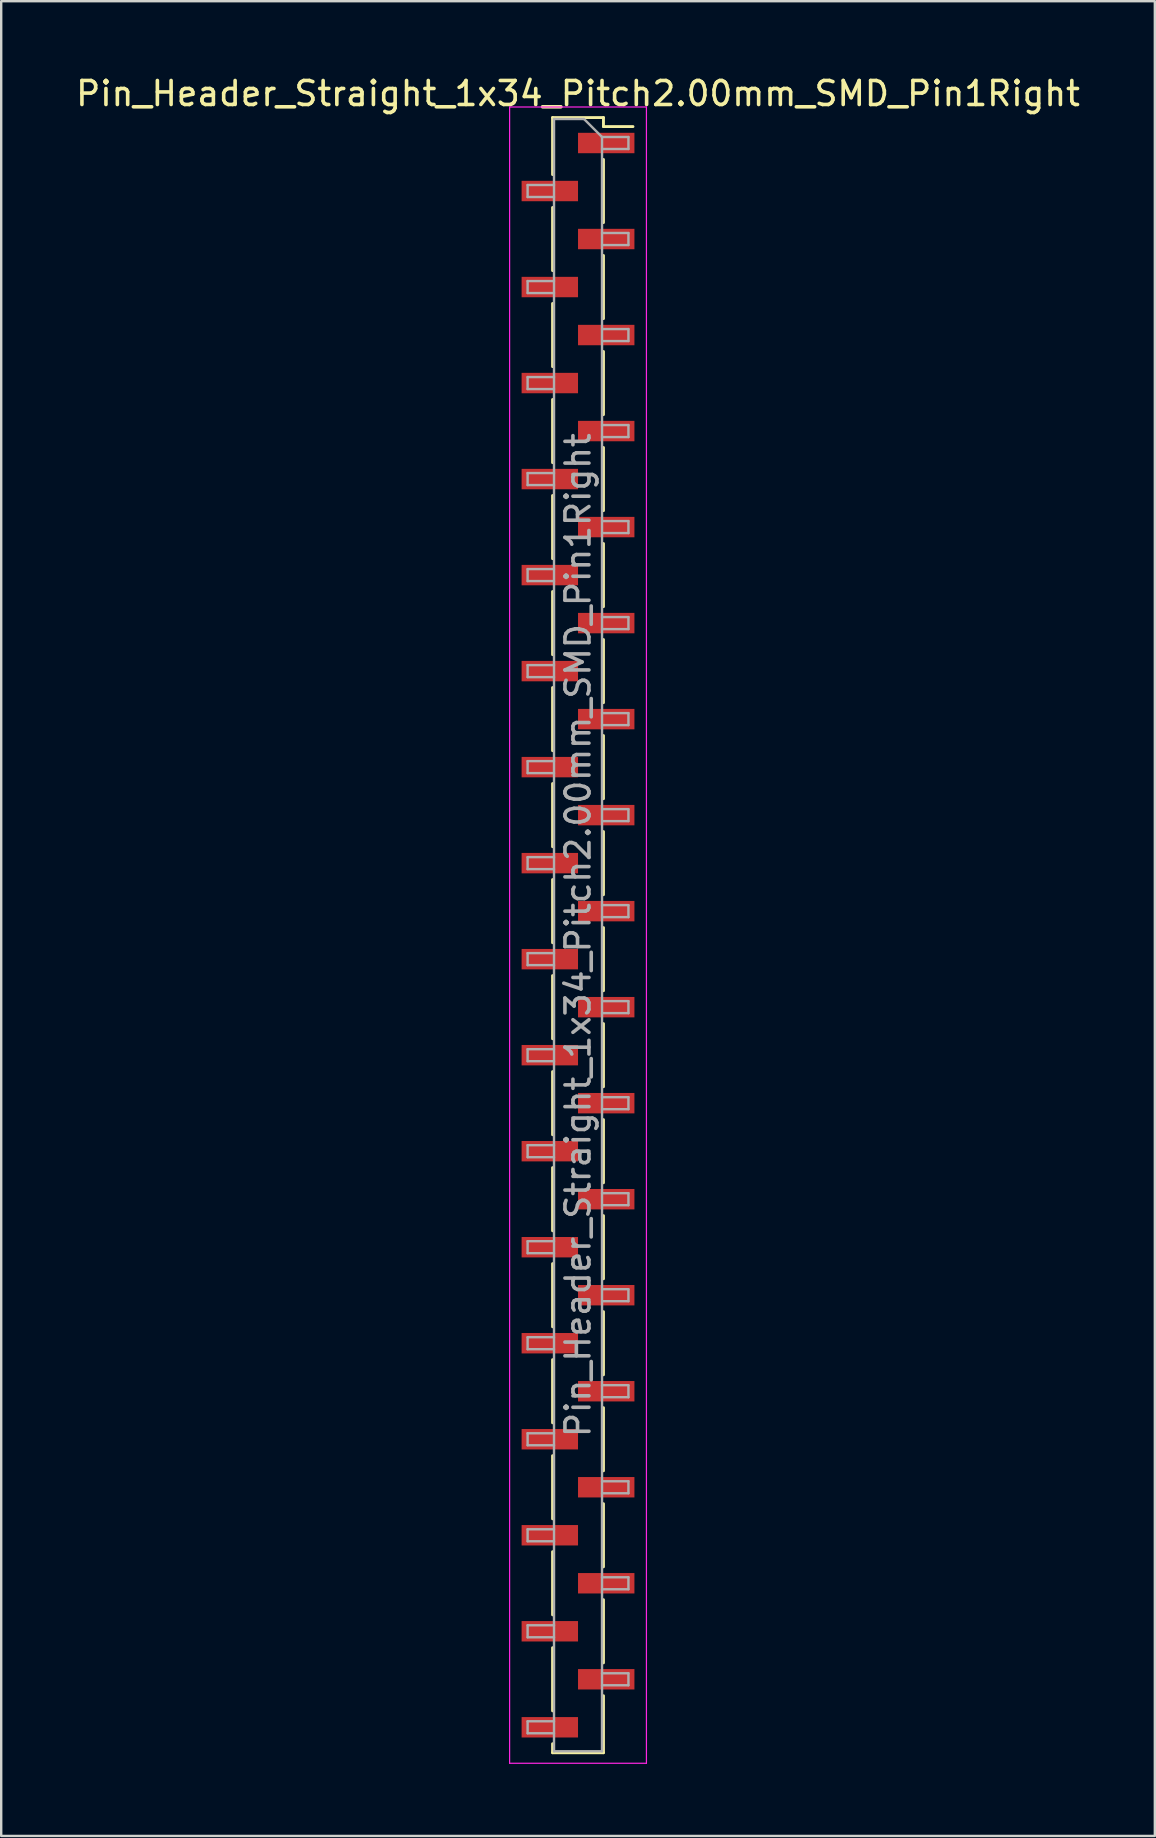
<source format=kicad_pcb>
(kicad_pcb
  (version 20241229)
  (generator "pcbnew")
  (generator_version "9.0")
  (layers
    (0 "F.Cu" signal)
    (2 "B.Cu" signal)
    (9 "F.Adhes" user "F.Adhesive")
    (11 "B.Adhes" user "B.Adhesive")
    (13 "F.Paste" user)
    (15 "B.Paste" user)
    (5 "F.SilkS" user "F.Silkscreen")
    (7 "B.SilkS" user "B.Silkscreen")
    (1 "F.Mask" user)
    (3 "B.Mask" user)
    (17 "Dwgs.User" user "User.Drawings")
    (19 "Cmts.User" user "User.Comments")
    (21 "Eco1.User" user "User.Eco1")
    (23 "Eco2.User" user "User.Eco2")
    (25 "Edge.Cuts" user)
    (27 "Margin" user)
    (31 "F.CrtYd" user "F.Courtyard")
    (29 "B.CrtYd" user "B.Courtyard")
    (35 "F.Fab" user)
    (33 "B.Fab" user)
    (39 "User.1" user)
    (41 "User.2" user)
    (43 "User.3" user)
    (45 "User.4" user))
  (footprint "Pin_Header_Straight_1x34_Pitch2.00mm_SMD_Pin1Right"
    (layer "F.Cu")
    (at 21.03 35.908)
    (property "Reference" "Pin_Header_Straight_1x34_Pitch2.00mm_SMD_Pin1Right" (at 0 -35.06 0) (layer "F.SilkS") (effects (font (size 1 1) (thickness 0.15))))
    (attr smd)
    (fp_line (start -1.06 -34.06) (end -1.06 -31.685) (stroke (width 0.12) (type solid)) (layer "F.SilkS"))
    (fp_line (start -1.06 -34.06) (end 1.06 -34.06) (stroke (width 0.12) (type solid)) (layer "F.SilkS"))
    (fp_line (start -1.06 -30.315) (end -1.06 -27.685) (stroke (width 0.12) (type solid)) (layer "F.SilkS"))
    (fp_line (start -1.06 -26.315) (end -1.06 -23.685) (stroke (width 0.12) (type solid)) (layer "F.SilkS"))
    (fp_line (start -1.06 -22.315) (end -1.06 -19.685) (stroke (width 0.12) (type solid)) (layer "F.SilkS"))
    (fp_line (start -1.06 -18.315) (end -1.06 -15.685) (stroke (width 0.12) (type solid)) (layer "F.SilkS"))
    (fp_line (start -1.06 -14.315) (end -1.06 -11.685) (stroke (width 0.12) (type solid)) (layer "F.SilkS"))
    (fp_line (start -1.06 -10.315) (end -1.06 -7.685) (stroke (width 0.12) (type solid)) (layer "F.SilkS"))
    (fp_line (start -1.06 -6.315) (end -1.06 -3.685) (stroke (width 0.12) (type solid)) (layer "F.SilkS"))
    (fp_line (start -1.06 -2.315) (end -1.06 0.315) (stroke (width 0.12) (type solid)) (layer "F.SilkS"))
    (fp_line (start -1.06 1.685) (end -1.06 4.315) (stroke (width 0.12) (type solid)) (layer "F.SilkS"))
    (fp_line (start -1.06 5.685) (end -1.06 8.315) (stroke (width 0.12) (type solid)) (layer "F.SilkS"))
    (fp_line (start -1.06 9.685) (end -1.06 12.315) (stroke (width 0.12) (type solid)) (layer "F.SilkS"))
    (fp_line (start -1.06 13.685) (end -1.06 16.315) (stroke (width 0.12) (type solid)) (layer "F.SilkS"))
    (fp_line (start -1.06 17.685) (end -1.06 20.315) (stroke (width 0.12) (type solid)) (layer "F.SilkS"))
    (fp_line (start -1.06 21.685) (end -1.06 24.315) (stroke (width 0.12) (type solid)) (layer "F.SilkS"))
    (fp_line (start -1.06 25.685) (end -1.06 28.315) (stroke (width 0.12) (type solid)) (layer "F.SilkS"))
    (fp_line (start -1.06 29.685) (end -1.06 32.315) (stroke (width 0.12) (type solid)) (layer "F.SilkS"))
    (fp_line (start -1.06 33.685) (end -1.06 34.06) (stroke (width 0.12) (type solid)) (layer "F.SilkS"))
    (fp_line (start -1.06 34.06) (end 1.06 34.06) (stroke (width 0.12) (type solid)) (layer "F.SilkS"))
    (fp_line (start 1.06 -34.06) (end 1.06 -33.685) (stroke (width 0.12) (type solid)) (layer "F.SilkS"))
    (fp_line (start 1.06 -33.685) (end 2.29 -33.685) (stroke (width 0.12) (type solid)) (layer "F.SilkS"))
    (fp_line (start 1.06 -32.315) (end 1.06 -29.685) (stroke (width 0.12) (type solid)) (layer "F.SilkS"))
    (fp_line (start 1.06 -28.315) (end 1.06 -25.685) (stroke (width 0.12) (type solid)) (layer "F.SilkS"))
    (fp_line (start 1.06 -24.315) (end 1.06 -21.685) (stroke (width 0.12) (type solid)) (layer "F.SilkS"))
    (fp_line (start 1.06 -20.315) (end 1.06 -17.685) (stroke (width 0.12) (type solid)) (layer "F.SilkS"))
    (fp_line (start 1.06 -16.315) (end 1.06 -13.685) (stroke (width 0.12) (type solid)) (layer "F.SilkS"))
    (fp_line (start 1.06 -12.315) (end 1.06 -9.685) (stroke (width 0.12) (type solid)) (layer "F.SilkS"))
    (fp_line (start 1.06 -8.315) (end 1.06 -5.685) (stroke (width 0.12) (type solid)) (layer "F.SilkS"))
    (fp_line (start 1.06 -4.315) (end 1.06 -1.685) (stroke (width 0.12) (type solid)) (layer "F.SilkS"))
    (fp_line (start 1.06 -0.315) (end 1.06 2.315) (stroke (width 0.12) (type solid)) (layer "F.SilkS"))
    (fp_line (start 1.06 3.685) (end 1.06 6.315) (stroke (width 0.12) (type solid)) (layer "F.SilkS"))
    (fp_line (start 1.06 7.685) (end 1.06 10.315) (stroke (width 0.12) (type solid)) (layer "F.SilkS"))
    (fp_line (start 1.06 11.685) (end 1.06 14.315) (stroke (width 0.12) (type solid)) (layer "F.SilkS"))
    (fp_line (start 1.06 15.685) (end 1.06 18.315) (stroke (width 0.12) (type solid)) (layer "F.SilkS"))
    (fp_line (start 1.06 19.685) (end 1.06 22.315) (stroke (width 0.12) (type solid)) (layer "F.SilkS"))
    (fp_line (start 1.06 23.685) (end 1.06 26.315) (stroke (width 0.12) (type solid)) (layer "F.SilkS"))
    (fp_line (start 1.06 27.685) (end 1.06 30.315) (stroke (width 0.12) (type solid)) (layer "F.SilkS"))
    (fp_line (start 1.06 31.685) (end 1.06 34.06) (stroke (width 0.12) (type solid)) (layer "F.SilkS"))
    (fp_line (start -2.85 -34.5) (end -2.85 34.5) (stroke (width 0.05) (type solid)) (layer "F.CrtYd"))
    (fp_line (start -2.85 34.5) (end 2.85 34.5) (stroke (width 0.05) (type solid)) (layer "F.CrtYd"))
    (fp_line (start 2.85 -34.5) (end -2.85 -34.5) (stroke (width 0.05) (type solid)) (layer "F.CrtYd"))
    (fp_line (start 2.85 34.5) (end 2.85 -34.5) (stroke (width 0.05) (type solid)) (layer "F.CrtYd"))
    (fp_line (start -2.1 -31.25) (end -2.1 -30.75) (stroke (width 0.1) (type solid)) (layer "F.Fab"))
    (fp_line (start -2.1 -30.75) (end -1 -30.75) (stroke (width 0.1) (type solid)) (layer "F.Fab"))
    (fp_line (start -2.1 -27.25) (end -2.1 -26.75) (stroke (width 0.1) (type solid)) (layer "F.Fab"))
    (fp_line (start -2.1 -26.75) (end -1 -26.75) (stroke (width 0.1) (type solid)) (layer "F.Fab"))
    (fp_line (start -2.1 -23.25) (end -2.1 -22.75) (stroke (width 0.1) (type solid)) (layer "F.Fab"))
    (fp_line (start -2.1 -22.75) (end -1 -22.75) (stroke (width 0.1) (type solid)) (layer "F.Fab"))
    (fp_line (start -2.1 -19.25) (end -2.1 -18.75) (stroke (width 0.1) (type solid)) (layer "F.Fab"))
    (fp_line (start -2.1 -18.75) (end -1 -18.75) (stroke (width 0.1) (type solid)) (layer "F.Fab"))
    (fp_line (start -2.1 -15.25) (end -2.1 -14.75) (stroke (width 0.1) (type solid)) (layer "F.Fab"))
    (fp_line (start -2.1 -14.75) (end -1 -14.75) (stroke (width 0.1) (type solid)) (layer "F.Fab"))
    (fp_line (start -2.1 -11.25) (end -2.1 -10.75) (stroke (width 0.1) (type solid)) (layer "F.Fab"))
    (fp_line (start -2.1 -10.75) (end -1 -10.75) (stroke (width 0.1) (type solid)) (layer "F.Fab"))
    (fp_line (start -2.1 -7.25) (end -2.1 -6.75) (stroke (width 0.1) (type solid)) (layer "F.Fab"))
    (fp_line (start -2.1 -6.75) (end -1 -6.75) (stroke (width 0.1) (type solid)) (layer "F.Fab"))
    (fp_line (start -2.1 -3.25) (end -2.1 -2.75) (stroke (width 0.1) (type solid)) (layer "F.Fab"))
    (fp_line (start -2.1 -2.75) (end -1 -2.75) (stroke (width 0.1) (type solid)) (layer "F.Fab"))
    (fp_line (start -2.1 0.75) (end -2.1 1.25) (stroke (width 0.1) (type solid)) (layer "F.Fab"))
    (fp_line (start -2.1 1.25) (end -1 1.25) (stroke (width 0.1) (type solid)) (layer "F.Fab"))
    (fp_line (start -2.1 4.75) (end -2.1 5.25) (stroke (width 0.1) (type solid)) (layer "F.Fab"))
    (fp_line (start -2.1 5.25) (end -1 5.25) (stroke (width 0.1) (type solid)) (layer "F.Fab"))
    (fp_line (start -2.1 8.75) (end -2.1 9.25) (stroke (width 0.1) (type solid)) (layer "F.Fab"))
    (fp_line (start -2.1 9.25) (end -1 9.25) (stroke (width 0.1) (type solid)) (layer "F.Fab"))
    (fp_line (start -2.1 12.75) (end -2.1 13.25) (stroke (width 0.1) (type solid)) (layer "F.Fab"))
    (fp_line (start -2.1 13.25) (end -1 13.25) (stroke (width 0.1) (type solid)) (layer "F.Fab"))
    (fp_line (start -2.1 16.75) (end -2.1 17.25) (stroke (width 0.1) (type solid)) (layer "F.Fab"))
    (fp_line (start -2.1 17.25) (end -1 17.25) (stroke (width 0.1) (type solid)) (layer "F.Fab"))
    (fp_line (start -2.1 20.75) (end -2.1 21.25) (stroke (width 0.1) (type solid)) (layer "F.Fab"))
    (fp_line (start -2.1 21.25) (end -1 21.25) (stroke (width 0.1) (type solid)) (layer "F.Fab"))
    (fp_line (start -2.1 24.75) (end -2.1 25.25) (stroke (width 0.1) (type solid)) (layer "F.Fab"))
    (fp_line (start -2.1 25.25) (end -1 25.25) (stroke (width 0.1) (type solid)) (layer "F.Fab"))
    (fp_line (start -2.1 28.75) (end -2.1 29.25) (stroke (width 0.1) (type solid)) (layer "F.Fab"))
    (fp_line (start -2.1 29.25) (end -1 29.25) (stroke (width 0.1) (type solid)) (layer "F.Fab"))
    (fp_line (start -2.1 32.75) (end -2.1 33.25) (stroke (width 0.1) (type solid)) (layer "F.Fab"))
    (fp_line (start -2.1 33.25) (end -1 33.25) (stroke (width 0.1) (type solid)) (layer "F.Fab"))
    (fp_line (start -1 -34) (end -1 34) (stroke (width 0.1) (type solid)) (layer "F.Fab"))
    (fp_line (start -1 -34) (end 0.25 -34) (stroke (width 0.1) (type solid)) (layer "F.Fab"))
    (fp_line (start -1 -31.25) (end -2.1 -31.25) (stroke (width 0.1) (type solid)) (layer "F.Fab"))
    (fp_line (start -1 -27.25) (end -2.1 -27.25) (stroke (width 0.1) (type solid)) (layer "F.Fab"))
    (fp_line (start -1 -23.25) (end -2.1 -23.25) (stroke (width 0.1) (type solid)) (layer "F.Fab"))
    (fp_line (start -1 -19.25) (end -2.1 -19.25) (stroke (width 0.1) (type solid)) (layer "F.Fab"))
    (fp_line (start -1 -15.25) (end -2.1 -15.25) (stroke (width 0.1) (type solid)) (layer "F.Fab"))
    (fp_line (start -1 -11.25) (end -2.1 -11.25) (stroke (width 0.1) (type solid)) (layer "F.Fab"))
    (fp_line (start -1 -7.25) (end -2.1 -7.25) (stroke (width 0.1) (type solid)) (layer "F.Fab"))
    (fp_line (start -1 -3.25) (end -2.1 -3.25) (stroke (width 0.1) (type solid)) (layer "F.Fab"))
    (fp_line (start -1 0.75) (end -2.1 0.75) (stroke (width 0.1) (type solid)) (layer "F.Fab"))
    (fp_line (start -1 4.75) (end -2.1 4.75) (stroke (width 0.1) (type solid)) (layer "F.Fab"))
    (fp_line (start -1 8.75) (end -2.1 8.75) (stroke (width 0.1) (type solid)) (layer "F.Fab"))
    (fp_line (start -1 12.75) (end -2.1 12.75) (stroke (width 0.1) (type solid)) (layer "F.Fab"))
    (fp_line (start -1 16.75) (end -2.1 16.75) (stroke (width 0.1) (type solid)) (layer "F.Fab"))
    (fp_line (start -1 20.75) (end -2.1 20.75) (stroke (width 0.1) (type solid)) (layer "F.Fab"))
    (fp_line (start -1 24.75) (end -2.1 24.75) (stroke (width 0.1) (type solid)) (layer "F.Fab"))
    (fp_line (start -1 28.75) (end -2.1 28.75) (stroke (width 0.1) (type solid)) (layer "F.Fab"))
    (fp_line (start -1 32.75) (end -2.1 32.75) (stroke (width 0.1) (type solid)) (layer "F.Fab"))
    (fp_line (start 1 -33.25) (end 0.25 -34) (stroke (width 0.1) (type solid)) (layer "F.Fab"))
    (fp_line (start 1 -33.25) (end 2.1 -33.25) (stroke (width 0.1) (type solid)) (layer "F.Fab"))
    (fp_line (start 1 -29.25) (end 2.1 -29.25) (stroke (width 0.1) (type solid)) (layer "F.Fab"))
    (fp_line (start 1 -25.25) (end 2.1 -25.25) (stroke (width 0.1) (type solid)) (layer "F.Fab"))
    (fp_line (start 1 -21.25) (end 2.1 -21.25) (stroke (width 0.1) (type solid)) (layer "F.Fab"))
    (fp_line (start 1 -17.25) (end 2.1 -17.25) (stroke (width 0.1) (type solid)) (layer "F.Fab"))
    (fp_line (start 1 -13.25) (end 2.1 -13.25) (stroke (width 0.1) (type solid)) (layer "F.Fab"))
    (fp_line (start 1 -9.25) (end 2.1 -9.25) (stroke (width 0.1) (type solid)) (layer "F.Fab"))
    (fp_line (start 1 -5.25) (end 2.1 -5.25) (stroke (width 0.1) (type solid)) (layer "F.Fab"))
    (fp_line (start 1 -1.25) (end 2.1 -1.25) (stroke (width 0.1) (type solid)) (layer "F.Fab"))
    (fp_line (start 1 2.75) (end 2.1 2.75) (stroke (width 0.1) (type solid)) (layer "F.Fab"))
    (fp_line (start 1 6.75) (end 2.1 6.75) (stroke (width 0.1) (type solid)) (layer "F.Fab"))
    (fp_line (start 1 10.75) (end 2.1 10.75) (stroke (width 0.1) (type solid)) (layer "F.Fab"))
    (fp_line (start 1 14.75) (end 2.1 14.75) (stroke (width 0.1) (type solid)) (layer "F.Fab"))
    (fp_line (start 1 18.75) (end 2.1 18.75) (stroke (width 0.1) (type solid)) (layer "F.Fab"))
    (fp_line (start 1 22.75) (end 2.1 22.75) (stroke (width 0.1) (type solid)) (layer "F.Fab"))
    (fp_line (start 1 26.75) (end 2.1 26.75) (stroke (width 0.1) (type solid)) (layer "F.Fab"))
    (fp_line (start 1 30.75) (end 2.1 30.75) (stroke (width 0.1) (type solid)) (layer "F.Fab"))
    (fp_line (start 1 34) (end -1 34) (stroke (width 0.1) (type solid)) (layer "F.Fab"))
    (fp_line (start 1 34) (end 1 -33.25) (stroke (width 0.1) (type solid)) (layer "F.Fab"))
    (fp_line (start 2.1 -33.25) (end 2.1 -32.75) (stroke (width 0.1) (type solid)) (layer "F.Fab"))
    (fp_line (start 2.1 -32.75) (end 1 -32.75) (stroke (width 0.1) (type solid)) (layer "F.Fab"))
    (fp_line (start 2.1 -29.25) (end 2.1 -28.75) (stroke (width 0.1) (type solid)) (layer "F.Fab"))
    (fp_line (start 2.1 -28.75) (end 1 -28.75) (stroke (width 0.1) (type solid)) (layer "F.Fab"))
    (fp_line (start 2.1 -25.25) (end 2.1 -24.75) (stroke (width 0.1) (type solid)) (layer "F.Fab"))
    (fp_line (start 2.1 -24.75) (end 1 -24.75) (stroke (width 0.1) (type solid)) (layer "F.Fab"))
    (fp_line (start 2.1 -21.25) (end 2.1 -20.75) (stroke (width 0.1) (type solid)) (layer "F.Fab"))
    (fp_line (start 2.1 -20.75) (end 1 -20.75) (stroke (width 0.1) (type solid)) (layer "F.Fab"))
    (fp_line (start 2.1 -17.25) (end 2.1 -16.75) (stroke (width 0.1) (type solid)) (layer "F.Fab"))
    (fp_line (start 2.1 -16.75) (end 1 -16.75) (stroke (width 0.1) (type solid)) (layer "F.Fab"))
    (fp_line (start 2.1 -13.25) (end 2.1 -12.75) (stroke (width 0.1) (type solid)) (layer "F.Fab"))
    (fp_line (start 2.1 -12.75) (end 1 -12.75) (stroke (width 0.1) (type solid)) (layer "F.Fab"))
    (fp_line (start 2.1 -9.25) (end 2.1 -8.75) (stroke (width 0.1) (type solid)) (layer "F.Fab"))
    (fp_line (start 2.1 -8.75) (end 1 -8.75) (stroke (width 0.1) (type solid)) (layer "F.Fab"))
    (fp_line (start 2.1 -5.25) (end 2.1 -4.75) (stroke (width 0.1) (type solid)) (layer "F.Fab"))
    (fp_line (start 2.1 -4.75) (end 1 -4.75) (stroke (width 0.1) (type solid)) (layer "F.Fab"))
    (fp_line (start 2.1 -1.25) (end 2.1 -0.75) (stroke (width 0.1) (type solid)) (layer "F.Fab"))
    (fp_line (start 2.1 -0.75) (end 1 -0.75) (stroke (width 0.1) (type solid)) (layer "F.Fab"))
    (fp_line (start 2.1 2.75) (end 2.1 3.25) (stroke (width 0.1) (type solid)) (layer "F.Fab"))
    (fp_line (start 2.1 3.25) (end 1 3.25) (stroke (width 0.1) (type solid)) (layer "F.Fab"))
    (fp_line (start 2.1 6.75) (end 2.1 7.25) (stroke (width 0.1) (type solid)) (layer "F.Fab"))
    (fp_line (start 2.1 7.25) (end 1 7.25) (stroke (width 0.1) (type solid)) (layer "F.Fab"))
    (fp_line (start 2.1 10.75) (end 2.1 11.25) (stroke (width 0.1) (type solid)) (layer "F.Fab"))
    (fp_line (start 2.1 11.25) (end 1 11.25) (stroke (width 0.1) (type solid)) (layer "F.Fab"))
    (fp_line (start 2.1 14.75) (end 2.1 15.25) (stroke (width 0.1) (type solid)) (layer "F.Fab"))
    (fp_line (start 2.1 15.25) (end 1 15.25) (stroke (width 0.1) (type solid)) (layer "F.Fab"))
    (fp_line (start 2.1 18.75) (end 2.1 19.25) (stroke (width 0.1) (type solid)) (layer "F.Fab"))
    (fp_line (start 2.1 19.25) (end 1 19.25) (stroke (width 0.1) (type solid)) (layer "F.Fab"))
    (fp_line (start 2.1 22.75) (end 2.1 23.25) (stroke (width 0.1) (type solid)) (layer "F.Fab"))
    (fp_line (start 2.1 23.25) (end 1 23.25) (stroke (width 0.1) (type solid)) (layer "F.Fab"))
    (fp_line (start 2.1 26.75) (end 2.1 27.25) (stroke (width 0.1) (type solid)) (layer "F.Fab"))
    (fp_line (start 2.1 27.25) (end 1 27.25) (stroke (width 0.1) (type solid)) (layer "F.Fab"))
    (fp_line (start 2.1 30.75) (end 2.1 31.25) (stroke (width 0.1) (type solid)) (layer "F.Fab"))
    (fp_line (start 2.1 31.25) (end 1 31.25) (stroke (width 0.1) (type solid)) (layer "F.Fab"))
    (fp_text user "${REFERENCE}" (at 0 0 90) (layer "F.Fab") (effects (font (size 1 1) (thickness 0.15))))
    (pad "1" smd rect (at 1.175 -33) (size 2.35 0.85) (layers "F.Cu" "F.Mask" "F.Paste"))
    (pad "2" smd rect (at -1.175 -31) (size 2.35 0.85) (layers "F.Cu" "F.Mask" "F.Paste"))
    (pad "3" smd rect (at 1.175 -29) (size 2.35 0.85) (layers "F.Cu" "F.Mask" "F.Paste"))
    (pad "4" smd rect (at -1.175 -27) (size 2.35 0.85) (layers "F.Cu" "F.Mask" "F.Paste"))
    (pad "5" smd rect (at 1.175 -25) (size 2.35 0.85) (layers "F.Cu" "F.Mask" "F.Paste"))
    (pad "6" smd rect (at -1.175 -23) (size 2.35 0.85) (layers "F.Cu" "F.Mask" "F.Paste"))
    (pad "7" smd rect (at 1.175 -21) (size 2.35 0.85) (layers "F.Cu" "F.Mask" "F.Paste"))
    (pad "8" smd rect (at -1.175 -19) (size 2.35 0.85) (layers "F.Cu" "F.Mask" "F.Paste"))
    (pad "9" smd rect (at 1.175 -17) (size 2.35 0.85) (layers "F.Cu" "F.Mask" "F.Paste"))
    (pad "10" smd rect (at -1.175 -15) (size 2.35 0.85) (layers "F.Cu" "F.Mask" "F.Paste"))
    (pad "11" smd rect (at 1.175 -13) (size 2.35 0.85) (layers "F.Cu" "F.Mask" "F.Paste"))
    (pad "12" smd rect (at -1.175 -11) (size 2.35 0.85) (layers "F.Cu" "F.Mask" "F.Paste"))
    (pad "13" smd rect (at 1.175 -9) (size 2.35 0.85) (layers "F.Cu" "F.Mask" "F.Paste"))
    (pad "14" smd rect (at -1.175 -7) (size 2.35 0.85) (layers "F.Cu" "F.Mask" "F.Paste"))
    (pad "15" smd rect (at 1.175 -5) (size 2.35 0.85) (layers "F.Cu" "F.Mask" "F.Paste"))
    (pad "16" smd rect (at -1.175 -3) (size 2.35 0.85) (layers "F.Cu" "F.Mask" "F.Paste"))
    (pad "17" smd rect (at 1.175 -1) (size 2.35 0.85) (layers "F.Cu" "F.Mask" "F.Paste"))
    (pad "18" smd rect (at -1.175 1) (size 2.35 0.85) (layers "F.Cu" "F.Mask" "F.Paste"))
    (pad "19" smd rect (at 1.175 3) (size 2.35 0.85) (layers "F.Cu" "F.Mask" "F.Paste"))
    (pad "20" smd rect (at -1.175 5) (size 2.35 0.85) (layers "F.Cu" "F.Mask" "F.Paste"))
    (pad "21" smd rect (at 1.175 7) (size 2.35 0.85) (layers "F.Cu" "F.Mask" "F.Paste"))
    (pad "22" smd rect (at -1.175 9) (size 2.35 0.85) (layers "F.Cu" "F.Mask" "F.Paste"))
    (pad "23" smd rect (at 1.175 11) (size 2.35 0.85) (layers "F.Cu" "F.Mask" "F.Paste"))
    (pad "24" smd rect (at -1.175 13) (size 2.35 0.85) (layers "F.Cu" "F.Mask" "F.Paste"))
    (pad "25" smd rect (at 1.175 15) (size 2.35 0.85) (layers "F.Cu" "F.Mask" "F.Paste"))
    (pad "26" smd rect (at -1.175 17) (size 2.35 0.85) (layers "F.Cu" "F.Mask" "F.Paste"))
    (pad "27" smd rect (at 1.175 19) (size 2.35 0.85) (layers "F.Cu" "F.Mask" "F.Paste"))
    (pad "28" smd rect (at -1.175 21) (size 2.35 0.85) (layers "F.Cu" "F.Mask" "F.Paste"))
    (pad "29" smd rect (at 1.175 23) (size 2.35 0.85) (layers "F.Cu" "F.Mask" "F.Paste"))
    (pad "30" smd rect (at -1.175 25) (size 2.35 0.85) (layers "F.Cu" "F.Mask" "F.Paste"))
    (pad "31" smd rect (at 1.175 27) (size 2.35 0.85) (layers "F.Cu" "F.Mask" "F.Paste"))
    (pad "32" smd rect (at -1.175 29) (size 2.35 0.85) (layers "F.Cu" "F.Mask" "F.Paste"))
    (pad "33" smd rect (at 1.175 31) (size 2.35 0.85) (layers "F.Cu" "F.Mask" "F.Paste"))
    (pad "34" smd rect (at -1.175 33) (size 2.35 0.85) (layers "F.Cu" "F.Mask" "F.Paste")))
  (gr_rect
    (start -3 -3)
    (end 45.06 73.433)
    (stroke (width 0.1) (type default))
    (fill no)
    (layer "Edge.Cuts")))
</source>
